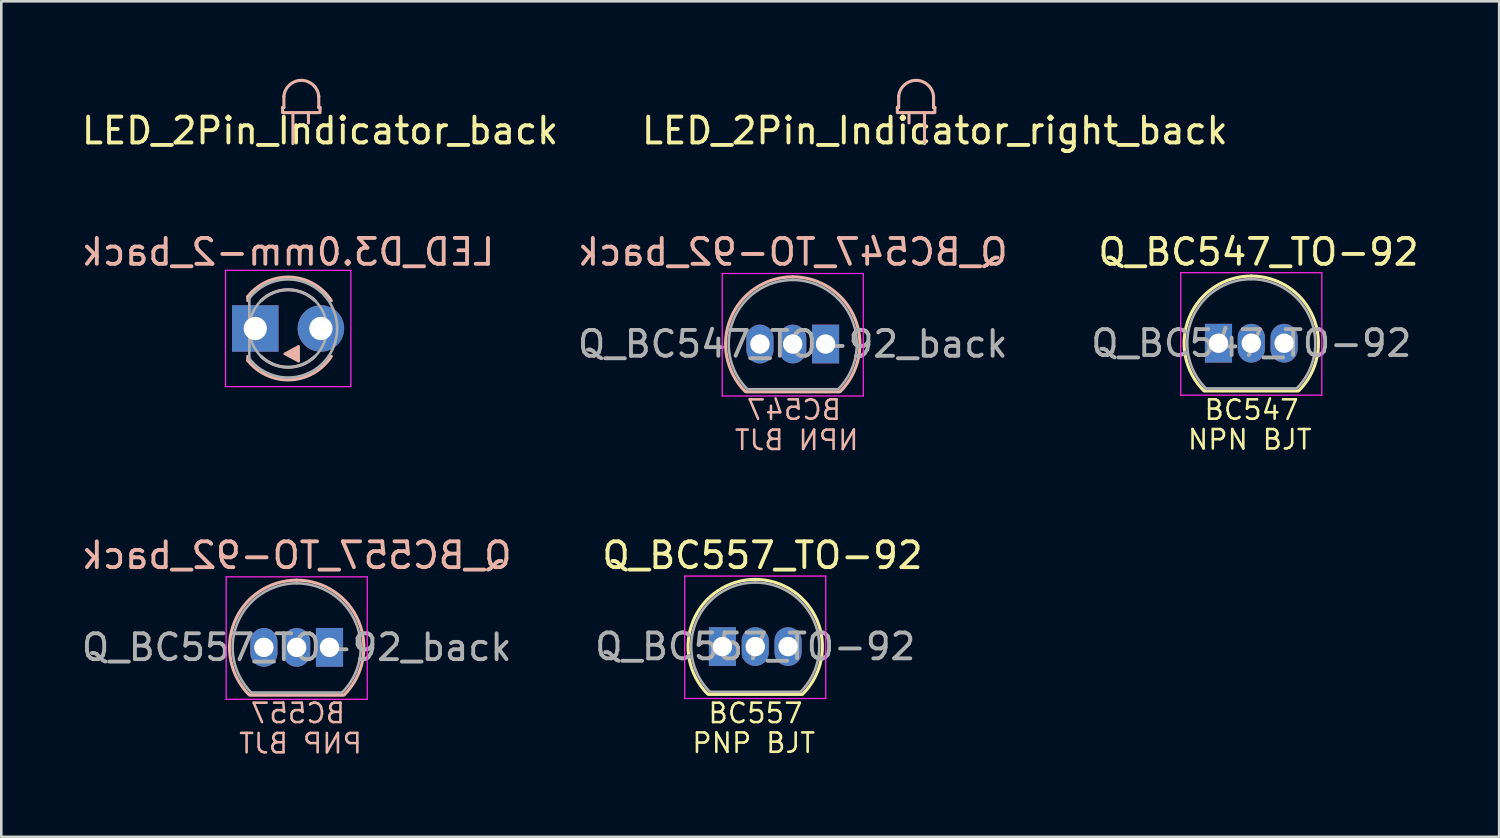
<source format=kicad_pcb>
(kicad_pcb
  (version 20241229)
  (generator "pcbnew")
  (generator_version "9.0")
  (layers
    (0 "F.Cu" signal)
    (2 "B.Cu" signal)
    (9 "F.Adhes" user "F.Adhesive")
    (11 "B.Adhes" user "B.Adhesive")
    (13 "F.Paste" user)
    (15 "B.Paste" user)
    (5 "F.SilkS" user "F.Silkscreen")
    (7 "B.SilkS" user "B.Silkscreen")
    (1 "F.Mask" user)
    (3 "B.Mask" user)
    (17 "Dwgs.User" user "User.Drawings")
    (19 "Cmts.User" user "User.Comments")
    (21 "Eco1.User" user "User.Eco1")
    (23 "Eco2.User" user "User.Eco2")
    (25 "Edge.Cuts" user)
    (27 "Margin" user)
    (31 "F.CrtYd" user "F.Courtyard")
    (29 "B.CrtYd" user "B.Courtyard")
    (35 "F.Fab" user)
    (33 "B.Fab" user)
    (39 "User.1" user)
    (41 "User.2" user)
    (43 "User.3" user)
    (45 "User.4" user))
  (footprint "Q_BC557_TO-92_back"
    (layer "F.Cu")
    (at 7.165 22.009)
    (property "Reference" "Q_BC557_TO-92_back" (at 1.27 -3.56 0) (layer "B.SilkS") (effects (font (size 1 1) (thickness 0.15)) (justify mirror)))
    (attr through_hole)
    (fp_line (start -0.53 1.85) (end 3.07 1.85) (stroke (width 0.12) (type solid)) (layer "B.SilkS"))
    (fp_arc (start -0.568478 1.838478) (mid -1.132087 -0.994977) (end 1.27 -2.6) (stroke (width 0.12) (type solid)) (layer "B.SilkS"))
    (fp_arc (start 1.27 -2.6) (mid 3.672087 -0.994977) (end 3.108478 1.838478) (stroke (width 0.12) (type solid)) (layer "B.SilkS"))
    (fp_line (start -1.46 -2.73) (end -1.46 2.01) (stroke (width 0.05) (type solid)) (layer "F.CrtYd"))
    (fp_line (start -1.46 -2.73) (end 4 -2.73) (stroke (width 0.05) (type solid)) (layer "F.CrtYd"))
    (fp_line (start 4 2.01) (end -1.46 2.01) (stroke (width 0.05) (type solid)) (layer "F.CrtYd"))
    (fp_line (start 4 2.01) (end 4 -2.73) (stroke (width 0.05) (type solid)) (layer "F.CrtYd"))
    (fp_line (start -0.5 1.75) (end 3 1.75) (stroke (width 0.1) (type solid)) (layer "F.Fab"))
    (fp_arc (start -0.483625 1.753625) (mid -1.021221 -0.949055) (end 1.27 -2.48) (stroke (width 0.1) (type solid)) (layer "F.Fab"))
    (fp_arc (start 1.27 -2.48) (mid 3.561221 -0.949055) (end 3.023625 1.753625) (stroke (width 0.1) (type solid)) (layer "F.Fab"))
    (fp_text user "BC557" (at 1.32 2.55 0) (layer "B.SilkS") (effects (font (size 0.75 0.75) (thickness 0.1)) (justify mirror)))
    (fp_text user "PNP BJT" (at 1.42 3.72 0) (layer "B.SilkS") (effects (font (size 0.75 0.75) (thickness 0.1)) (justify mirror)))
    (fp_text user "${REFERENCE}" (at 1.27 0 0) (layer "F.Fab") (effects (font (size 1 1) (thickness 0.15))))
    (pad "1" thru_hole rect (at 2.54 0) (size 1.05 1.5) (drill 0.75) (layers "*.Cu" "*.Mask"))
    (pad "2" thru_hole oval (at 1.27 0) (size 1.05 1.5) (drill 0.75) (layers "*.Cu" "*.Mask"))
    (pad "3" thru_hole oval (at 0 0) (size 1.05 1.5) (drill 0.75) (layers "*.Cu" "*.Mask")))
  (footprint "LED_D3.0mm-2_back"
    (layer "F.Cu")
    (at 6.831 9.666)
    (property "Reference" "LED_D3.0mm-2_back" (at 1.27 -2.96 0) (layer "B.SilkS") (effects (font (size 1 1) (thickness 0.15)) (justify mirror)))
    (attr through_hole)
    (fp_line (start -0.29 -1.236) (end -0.29 -1.08) (stroke (width 0.12) (type solid)) (layer "B.SilkS"))
    (fp_line (start -0.29 1.08) (end -0.29 1.236) (stroke (width 0.12) (type solid)) (layer "B.SilkS"))
    (fp_arc (start -0.29 -1.235516) (mid 1.366487 -1.987659) (end 2.942335 -1.078608) (stroke (width 0.12) (type solid)) (layer "B.SilkS"))
    (fp_arc (start 0.229039 -1.08) (mid 1.270117 -1.5) (end 2.31113 -1.079837) (stroke (width 0.12) (type solid)) (layer "B.SilkS"))
    (fp_arc (start 2.31113 1.079837) (mid 1.270117 1.5) (end 0.229039 1.08) (stroke (width 0.12) (type solid)) (layer "B.SilkS"))
    (fp_arc (start 2.942335 1.078608) (mid 1.366487 1.987659) (end -0.29 1.235516) (stroke (width 0.12) (type solid)) (layer "B.SilkS"))
    (fp_poly (pts (xy 1.68 1.27) (xy 1.14 0.98) (xy 1.68 0.69)) (stroke (width 0.1) (type solid)) (fill yes) (layer "B.SilkS"))
    (fp_line (start -1.15 -2.25) (end -1.15 2.25) (stroke (width 0.05) (type solid)) (layer "F.CrtYd"))
    (fp_line (start -1.15 2.25) (end 3.7 2.25) (stroke (width 0.05) (type solid)) (layer "F.CrtYd"))
    (fp_line (start 3.7 -2.25) (end -1.15 -2.25) (stroke (width 0.05) (type solid)) (layer "F.CrtYd"))
    (fp_line (start 3.7 2.25) (end 3.7 -2.25) (stroke (width 0.05) (type solid)) (layer "F.CrtYd"))
    (fp_line (start -0.23 -1.166) (end -0.23 1.166) (stroke (width 0.1) (type solid)) (layer "F.Fab"))
    (fp_arc (start -0.23 -1.16619) (mid 3.17 0.000452) (end -0.230555 1.165476) (stroke (width 0.1) (type solid)) (layer "F.Fab"))
    (fp_circle (center 1.27 0) (end 2.77 0) (stroke (width 0.1) (type solid)) (fill no) (layer "F.Fab"))
    (pad "1" thru_hole rect (at 0 0) (size 1.8 1.8) (drill 0.9) (layers "*.Cu" "*.Mask"))
    (pad "2" thru_hole circle (at 2.54 0) (size 1.8 1.8) (drill 0.9) (layers "*.Cu" "*.Mask")))
  (footprint "Q_BC547_TO-92"
    (layer "F.Cu")
    (at 44.117 10.236)
    (property "Reference" "Q_BC547_TO-92" (at 1.55 -3.53 0) (layer "F.SilkS") (effects (font (size 1 1) (thickness 0.15))))
    (attr through_hole)
    (fp_line (start -0.53 1.85) (end 3.07 1.85) (stroke (width 0.12) (type solid)) (layer "F.SilkS"))
    (fp_arc (start -0.568478 1.838478) (mid -1.132087 -0.994977) (end 1.27 -2.6) (stroke (width 0.12) (type solid)) (layer "F.SilkS"))
    (fp_arc (start 1.27 -2.6) (mid 3.672087 -0.994977) (end 3.108478 1.838478) (stroke (width 0.12) (type solid)) (layer "F.SilkS"))
    (fp_line (start -1.46 -2.73) (end -1.46 2.01) (stroke (width 0.05) (type solid)) (layer "F.CrtYd"))
    (fp_line (start -1.46 -2.73) (end 4 -2.73) (stroke (width 0.05) (type solid)) (layer "F.CrtYd"))
    (fp_line (start 4 2.01) (end -1.46 2.01) (stroke (width 0.05) (type solid)) (layer "F.CrtYd"))
    (fp_line (start 4 2.01) (end 4 -2.73) (stroke (width 0.05) (type solid)) (layer "F.CrtYd"))
    (fp_line (start -0.5 1.75) (end 3 1.75) (stroke (width 0.1) (type solid)) (layer "F.Fab"))
    (fp_arc (start -0.483625 1.753625) (mid -1.021221 -0.949055) (end 1.27 -2.48) (stroke (width 0.1) (type solid)) (layer "F.Fab"))
    (fp_arc (start 1.27 -2.48) (mid 3.561221 -0.949055) (end 3.023625 1.753625) (stroke (width 0.1) (type solid)) (layer "F.Fab"))
    (fp_text user "NPN BJT" (at 1.21 3.73 0) (layer "F.SilkS") (effects (font (size 0.75 0.75) (thickness 0.1))))
    (fp_text user "BC547" (at 1.28 2.58 0) (layer "F.SilkS") (effects (font (size 0.75 0.75) (thickness 0.1))))
    (fp_text user "${REFERENCE}" (at 1.27 0 0) (layer "F.Fab") (effects (font (size 1 1) (thickness 0.15))))
    (pad "1" thru_hole rect (at 0 0) (size 1.05 1.5) (drill 0.75) (layers "*.Cu" "*.Mask"))
    (pad "2" thru_hole oval (at 1.27 0) (size 1.05 1.5) (drill 0.75) (layers "*.Cu" "*.Mask"))
    (pad "3" thru_hole oval (at 2.54 0) (size 1.05 1.5) (drill 0.75) (layers "*.Cu" "*.Mask")))
  (footprint "LED_2Pin_Indicator_right_back"
    (layer "F.Cu")
    (at 32.437 1.11)
    (property "Reference" "LED_2Pin_Indicator_right_back" (at 0.7 0.9 0) (unlocked yes) (layer "F.SilkS") (effects (font (size 1 1) (thickness 0.15))))
    (fp_line (start -0.75 0) (end -0.7 0) (stroke (width 0.12) (type solid)) (layer "B.SilkS"))
    (fp_line (start -0.75 0.2) (end -0.75 0) (stroke (width 0.12) (type solid)) (layer "B.SilkS"))
    (fp_line (start -0.7 0) (end -0.7 -0.427) (stroke (width 0.12) (type solid)) (layer "B.SilkS"))
    (fp_line (start -0.3 0.2) (end -0.3 0.6) (stroke (width 0.12) (type solid)) (layer "B.SilkS"))
    (fp_line (start 0.3 1.4) (end 0.3 0.2) (stroke (width 0.12) (type solid)) (layer "B.SilkS"))
    (fp_line (start 0.65 0) (end 0.65 -0.427) (stroke (width 0.12) (type solid)) (layer "B.SilkS"))
    (fp_line (start 0.65 0) (end 0.7 0) (stroke (width 0.12) (type solid)) (layer "B.SilkS"))
    (fp_line (start 0.65 0.2) (end -0.7 0.2) (stroke (width 0.12) (type solid)) (layer "B.SilkS"))
    (fp_line (start 0.7 0.2) (end 0.7 0) (stroke (width 0.12) (type solid)) (layer "B.SilkS"))
    (fp_arc (start -0.7 -0.427128) (mid -0.025 -1.05) (end 0.65 -0.427128) (stroke (width 0.12) (type solid)) (layer "B.SilkS")))
  (footprint "Q_BC547_TO-92_back"
    (layer "F.Cu")
    (at 26.367 10.267)
    (property "Reference" "Q_BC547_TO-92_back" (at 1.27 -3.56 0) (layer "B.SilkS") (effects (font (size 1 1) (thickness 0.15)) (justify mirror)))
    (attr through_hole)
    (fp_line (start -0.53 1.85) (end 3.07 1.85) (stroke (width 0.12) (type solid)) (layer "B.SilkS"))
    (fp_arc (start -0.568478 1.838478) (mid -1.132087 -0.994977) (end 1.27 -2.6) (stroke (width 0.12) (type solid)) (layer "B.SilkS"))
    (fp_arc (start 1.27 -2.6) (mid 3.672087 -0.994977) (end 3.108478 1.838478) (stroke (width 0.12) (type solid)) (layer "B.SilkS"))
    (fp_line (start -1.46 -2.73) (end -1.46 2.01) (stroke (width 0.05) (type solid)) (layer "F.CrtYd"))
    (fp_line (start -1.46 -2.73) (end 4 -2.73) (stroke (width 0.05) (type solid)) (layer "F.CrtYd"))
    (fp_line (start 4 2.01) (end -1.46 2.01) (stroke (width 0.05) (type solid)) (layer "F.CrtYd"))
    (fp_line (start 4 2.01) (end 4 -2.73) (stroke (width 0.05) (type solid)) (layer "F.CrtYd"))
    (fp_line (start -0.5 1.75) (end 3 1.75) (stroke (width 0.1) (type solid)) (layer "F.Fab"))
    (fp_arc (start -0.483625 1.753625) (mid -1.021221 -0.949055) (end 1.27 -2.48) (stroke (width 0.1) (type solid)) (layer "F.Fab"))
    (fp_arc (start 1.27 -2.48) (mid 3.561221 -0.949055) (end 3.023625 1.753625) (stroke (width 0.1) (type solid)) (layer "F.Fab"))
    (fp_text user "NPN BJT" (at 1.42 3.72 0) (layer "B.SilkS") (effects (font (size 0.75 0.75) (thickness 0.1)) (justify mirror)))
    (fp_text user "BC547" (at 1.32 2.55 0) (layer "B.SilkS") (effects (font (size 0.75 0.75) (thickness 0.1)) (justify mirror)))
    (fp_text user "${REFERENCE}" (at 1.27 0 0) (layer "F.Fab") (effects (font (size 1 1) (thickness 0.15))))
    (pad "1" thru_hole rect (at 2.54 0) (size 1.05 1.5) (drill 0.75) (layers "*.Cu" "*.Mask"))
    (pad "2" thru_hole oval (at 1.27 0) (size 1.05 1.5) (drill 0.75) (layers "*.Cu" "*.Mask"))
    (pad "3" thru_hole oval (at 0 0) (size 1.05 1.5) (drill 0.75) (layers "*.Cu" "*.Mask")))
  (footprint "LED_2Pin_Indicator_back"
    (layer "F.Cu")
    (at 8.639 1.11)
    (property "Reference" "LED_2Pin_Indicator_back" (at 0.7 0.9 0) (unlocked yes) (layer "F.SilkS") (effects (font (size 1 1) (thickness 0.15))))
    (fp_line (start -0.75 0.2) (end -0.75 0) (stroke (width 0.12) (type solid)) (layer "B.SilkS"))
    (fp_line (start -0.7 0) (end -0.75 0) (stroke (width 0.12) (type solid)) (layer "B.SilkS"))
    (fp_line (start -0.7 0) (end -0.7 -0.427) (stroke (width 0.12) (type solid)) (layer "B.SilkS"))
    (fp_line (start -0.7 0.2) (end 0.65 0.2) (stroke (width 0.12) (type solid)) (layer "B.SilkS"))
    (fp_line (start -0.35 1.4) (end -0.35 0.2) (stroke (width 0.12) (type solid)) (layer "B.SilkS"))
    (fp_line (start 0.25 0.2) (end 0.25 0.6) (stroke (width 0.12) (type solid)) (layer "B.SilkS"))
    (fp_line (start 0.65 0) (end 0.65 -0.427) (stroke (width 0.12) (type solid)) (layer "B.SilkS"))
    (fp_line (start 0.7 0) (end 0.65 0) (stroke (width 0.12) (type solid)) (layer "B.SilkS"))
    (fp_line (start 0.7 0.2) (end 0.7 0) (stroke (width 0.12) (type solid)) (layer "B.SilkS"))
    (fp_arc (start -0.7 -0.427128) (mid -0.025 -1.05) (end 0.65 -0.427128) (stroke (width 0.12) (type solid)) (layer "B.SilkS")))
  (footprint "Q_BC557_TO-92"
    (layer "F.Cu")
    (at 24.915 21.979)
    (property "Reference" "Q_BC557_TO-92" (at 1.55 -3.53 0) (layer "F.SilkS") (effects (font (size 1 1) (thickness 0.15))))
    (attr through_hole)
    (fp_line (start -0.53 1.85) (end 3.07 1.85) (stroke (width 0.12) (type solid)) (layer "F.SilkS"))
    (fp_arc (start -0.568478 1.838478) (mid -1.132087 -0.994977) (end 1.27 -2.6) (stroke (width 0.12) (type solid)) (layer "F.SilkS"))
    (fp_arc (start 1.27 -2.6) (mid 3.672087 -0.994977) (end 3.108478 1.838478) (stroke (width 0.12) (type solid)) (layer "F.SilkS"))
    (fp_line (start -1.46 -2.73) (end -1.46 2.01) (stroke (width 0.05) (type solid)) (layer "F.CrtYd"))
    (fp_line (start -1.46 -2.73) (end 4 -2.73) (stroke (width 0.05) (type solid)) (layer "F.CrtYd"))
    (fp_line (start 4 2.01) (end -1.46 2.01) (stroke (width 0.05) (type solid)) (layer "F.CrtYd"))
    (fp_line (start 4 2.01) (end 4 -2.73) (stroke (width 0.05) (type solid)) (layer "F.CrtYd"))
    (fp_line (start -0.5 1.75) (end 3 1.75) (stroke (width 0.1) (type solid)) (layer "F.Fab"))
    (fp_arc (start -0.483625 1.753625) (mid -1.021221 -0.949055) (end 1.27 -2.48) (stroke (width 0.1) (type solid)) (layer "F.Fab"))
    (fp_arc (start 1.27 -2.48) (mid 3.561221 -0.949055) (end 3.023625 1.753625) (stroke (width 0.1) (type solid)) (layer "F.Fab"))
    (fp_text user "PNP BJT" (at 1.21 3.73 0) (layer "F.SilkS") (effects (font (size 0.75 0.75) (thickness 0.1))))
    (fp_text user "BC557" (at 1.28 2.58 0) (layer "F.SilkS") (effects (font (size 0.75 0.75) (thickness 0.1))))
    (fp_text user "${REFERENCE}" (at 1.27 0 0) (layer "F.Fab") (effects (font (size 1 1) (thickness 0.15))))
    (pad "1" thru_hole rect (at 0 0) (size 1.05 1.5) (drill 0.75) (layers "*.Cu" "*.Mask"))
    (pad "2" thru_hole oval (at 1.27 0) (size 1.05 1.5) (drill 0.75) (layers "*.Cu" "*.Mask"))
    (pad "3" thru_hole oval (at 2.54 0) (size 1.05 1.5) (drill 0.75) (layers "*.Cu" "*.Mask")))
  (gr_rect
    (start -3 -3)
    (end 54.982 29.343)
    (stroke (width 0.1) (type default))
    (fill no)
    (layer "Edge.Cuts")))
</source>
